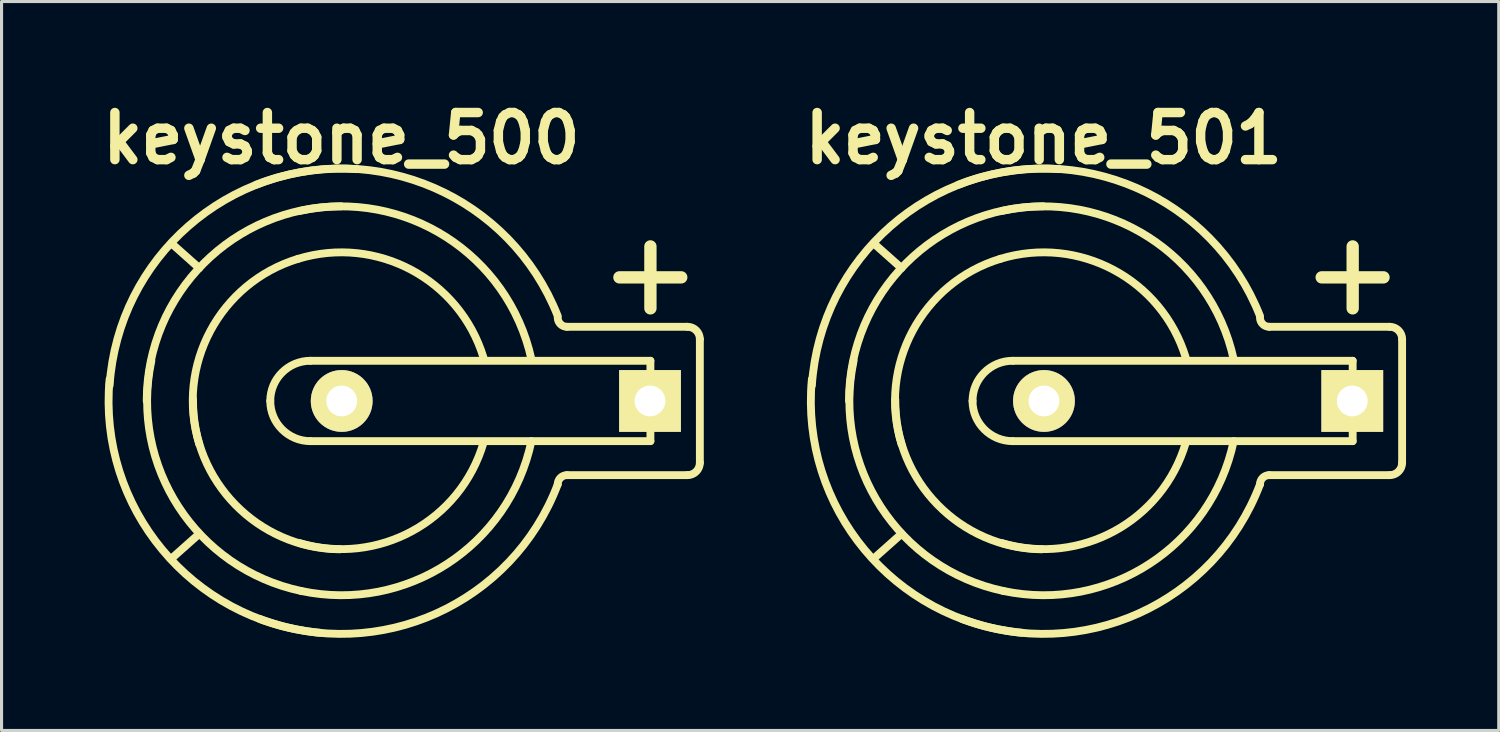
<source format=kicad_pcb>
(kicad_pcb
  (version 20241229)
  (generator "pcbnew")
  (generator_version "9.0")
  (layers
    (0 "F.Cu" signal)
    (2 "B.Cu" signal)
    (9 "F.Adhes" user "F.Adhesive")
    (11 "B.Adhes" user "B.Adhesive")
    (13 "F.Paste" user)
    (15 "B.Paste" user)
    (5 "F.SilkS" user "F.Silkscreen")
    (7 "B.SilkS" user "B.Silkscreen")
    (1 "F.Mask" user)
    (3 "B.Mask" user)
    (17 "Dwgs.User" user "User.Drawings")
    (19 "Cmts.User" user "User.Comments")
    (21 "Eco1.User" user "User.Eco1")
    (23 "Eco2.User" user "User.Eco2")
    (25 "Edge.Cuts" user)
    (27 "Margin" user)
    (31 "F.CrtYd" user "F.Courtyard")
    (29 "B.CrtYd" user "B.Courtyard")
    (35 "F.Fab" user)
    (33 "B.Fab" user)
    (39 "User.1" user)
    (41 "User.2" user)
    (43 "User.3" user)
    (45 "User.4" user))
  (footprint "keystone_501"
    (layer "F.Cu")
    (at 30.722 9.925)
    (property "Reference" "keystone_501" (at 0 -8.499 0) (layer "F.SilkS") (effects (font (size 1.524 1.524) (thickness 0.305))))
    (attr through_hole)
    (fp_line (start -5.499 -5.1) (end -4.6 -4.3) (stroke (width 0.254) (type solid)) (layer "F.SilkS"))
    (fp_line (start -5.499 5.1) (end -4.6 4.3) (stroke (width 0.254) (type solid)) (layer "F.SilkS"))
    (fp_line (start -1.001 -1.3) (end 10 -1.3) (stroke (width 0.254) (type solid)) (layer "F.SilkS"))
    (fp_line (start 8.997 -4) (end 10.998 -4) (stroke (width 0.399) (type solid)) (layer "F.SilkS"))
    (fp_line (start 10 -2.997) (end 10 -5.001) (stroke (width 0.399) (type solid)) (layer "F.SilkS"))
    (fp_line (start 10 -1.3) (end 10 1.3) (stroke (width 0.254) (type solid)) (layer "F.SilkS"))
    (fp_line (start 10 1.3) (end -1.001 1.3) (stroke (width 0.254) (type solid)) (layer "F.SilkS"))
    (fp_line (start 11.199 -2.4) (end 7.3 -2.4) (stroke (width 0.254) (type solid)) (layer "F.SilkS"))
    (fp_line (start 11.199 2.4) (end 7.3 2.4) (stroke (width 0.254) (type solid)) (layer "F.SilkS"))
    (fp_line (start 11.6 1.999) (end 11.6 -1.999) (stroke (width 0.254) (type solid)) (layer "F.SilkS"))
    (fp_arc (start -7.50062 -0.50038) (mid -4.949917 -5.657561) (end 0.50038 -7.50062) (stroke (width 0.254) (type solid)) (layer "F.SilkS"))
    (fp_arc (start -6.2992 0) (mid -4.454207 -4.454207) (end 0 -6.2992) (stroke (width 0.254) (type solid)) (layer "F.SilkS"))
    (fp_arc (start -4.59994 1.39954) (mid -4.242273 -2.263025) (end -1.39954 -4.59994) (stroke (width 0.254) (type solid)) (layer "F.SilkS"))
    (fp_arc (start -2.75082 -7.00024) (mid 3.004794 -6.895041) (end 7.00024 -2.75082) (stroke (width 0.254) (type solid)) (layer "F.SilkS"))
    (fp_arc (start -2.30124 0) (mid -1.920338 -0.919578) (end -1.00076 -1.30048) (stroke (width 0.254) (type solid)) (layer "F.SilkS"))
    (fp_arc (start -1.39954 -4.59994) (mid 2.263025 -4.242273) (end 4.59994 -1.39954) (stroke (width 0.254) (type solid)) (layer "F.SilkS"))
    (fp_arc (start -1.34874 -6.14934) (mid 3.394537 -5.301943) (end 6.14934 -1.34874) (stroke (width 0.254) (type solid)) (layer "F.SilkS"))
    (fp_arc (start -1.30048 6.14934) (mid -5.267818 3.428662) (end -6.14934 -1.30048) (stroke (width 0.254) (type solid)) (layer "F.SilkS"))
    (fp_arc (start -1.00076 1.30048) (mid -1.920338 0.919578) (end -2.30124 0) (stroke (width 0.254) (type solid)) (layer "F.SilkS"))
    (fp_arc (start -0.70104 7.50062) (mid -5.799449 4.808029) (end -7.50062 -0.70104) (stroke (width 0.254) (type solid)) (layer "F.SilkS"))
    (fp_arc (start -0.0508 4.8006) (mid -3.430458 3.358616) (end -4.8006 -0.0508) (stroke (width 0.254) (type solid)) (layer "F.SilkS"))
    (fp_arc (start 4.59994 1.34874) (mid 2.298946 4.206352) (end -1.34874 4.59994) (stroke (width 0.254) (type solid)) (layer "F.SilkS"))
    (fp_arc (start 6.14934 1.30048) (mid 3.428662 5.267818) (end -1.30048 6.14934) (stroke (width 0.254) (type solid)) (layer "F.SilkS"))
    (fp_arc (start 7.00024 2.70002) (mid 3.076636 6.873999) (end -2.64922 7.05104) (stroke (width 0.254) (type solid)) (layer "F.SilkS"))
    (fp_arc (start 7.00024 2.70002) (mid 7.088026 2.488086) (end 7.29996 2.4003) (stroke (width 0.254) (type solid)) (layer "F.SilkS"))
    (fp_arc (start 7.29996 -2.4003) (mid 7.088026 -2.488086) (end 7.00024 -2.70002) (stroke (width 0.254) (type solid)) (layer "F.SilkS"))
    (fp_arc (start 11.19886 -2.4003) (mid 11.482636 -2.282756) (end 11.60018 -1.99898) (stroke (width 0.254) (type solid)) (layer "F.SilkS"))
    (fp_arc (start 11.60018 1.99898) (mid 11.482636 2.282756) (end 11.19886 2.4003) (stroke (width 0.254) (type solid)) (layer "F.SilkS"))
    (pad "1" thru_hole rect (at 9.987 0) (size 1.999 1.999) (drill 0.996) (layers "*.Cu" "*.Mask" "F.SilkS"))
    (pad "2" thru_hole circle (at 0.01 0) (size 1.999 1.999) (drill 0.996) (layers "*.Cu" "*.Mask" "F.SilkS")))
  (footprint "keystone_500"
    (layer "F.Cu")
    (at 7.997 9.925)
    (property "Reference" "keystone_500" (at 0 -8.499 0) (layer "F.SilkS") (effects (font (size 1.524 1.524) (thickness 0.305))))
    (attr through_hole)
    (fp_line (start -5.499 -5.1) (end -4.6 -4.3) (stroke (width 0.254) (type solid)) (layer "F.SilkS"))
    (fp_line (start -5.499 5.1) (end -4.6 4.3) (stroke (width 0.254) (type solid)) (layer "F.SilkS"))
    (fp_line (start -1.001 -1.3) (end 10 -1.3) (stroke (width 0.254) (type solid)) (layer "F.SilkS"))
    (fp_line (start 8.997 -4) (end 10.998 -4) (stroke (width 0.399) (type solid)) (layer "F.SilkS"))
    (fp_line (start 10 -2.997) (end 10 -5.001) (stroke (width 0.399) (type solid)) (layer "F.SilkS"))
    (fp_line (start 10 -1.3) (end 10 1.3) (stroke (width 0.254) (type solid)) (layer "F.SilkS"))
    (fp_line (start 10 1.3) (end -1.001 1.3) (stroke (width 0.254) (type solid)) (layer "F.SilkS"))
    (fp_line (start 11.199 -2.4) (end 7.3 -2.4) (stroke (width 0.254) (type solid)) (layer "F.SilkS"))
    (fp_line (start 11.199 2.4) (end 7.3 2.4) (stroke (width 0.254) (type solid)) (layer "F.SilkS"))
    (fp_line (start 11.6 1.999) (end 11.6 -1.999) (stroke (width 0.254) (type solid)) (layer "F.SilkS"))
    (fp_arc (start -7.50062 -0.50038) (mid -4.949917 -5.657561) (end 0.50038 -7.50062) (stroke (width 0.254) (type solid)) (layer "F.SilkS"))
    (fp_arc (start -6.2992 0) (mid -4.454207 -4.454207) (end 0 -6.2992) (stroke (width 0.254) (type solid)) (layer "F.SilkS"))
    (fp_arc (start -4.59994 1.39954) (mid -4.242273 -2.263025) (end -1.39954 -4.59994) (stroke (width 0.254) (type solid)) (layer "F.SilkS"))
    (fp_arc (start -2.75082 -7.00024) (mid 3.004794 -6.895041) (end 7.00024 -2.75082) (stroke (width 0.254) (type solid)) (layer "F.SilkS"))
    (fp_arc (start -2.30124 0) (mid -1.920338 -0.919578) (end -1.00076 -1.30048) (stroke (width 0.254) (type solid)) (layer "F.SilkS"))
    (fp_arc (start -1.39954 -4.59994) (mid 2.263025 -4.242273) (end 4.59994 -1.39954) (stroke (width 0.254) (type solid)) (layer "F.SilkS"))
    (fp_arc (start -1.34874 -6.14934) (mid 3.394537 -5.301943) (end 6.14934 -1.34874) (stroke (width 0.254) (type solid)) (layer "F.SilkS"))
    (fp_arc (start -1.30048 6.14934) (mid -5.267818 3.428662) (end -6.14934 -1.30048) (stroke (width 0.254) (type solid)) (layer "F.SilkS"))
    (fp_arc (start -1.00076 1.30048) (mid -1.920338 0.919578) (end -2.30124 0) (stroke (width 0.254) (type solid)) (layer "F.SilkS"))
    (fp_arc (start -0.70104 7.50062) (mid -5.799449 4.808029) (end -7.50062 -0.70104) (stroke (width 0.254) (type solid)) (layer "F.SilkS"))
    (fp_arc (start -0.0508 4.8006) (mid -3.430458 3.358616) (end -4.8006 -0.0508) (stroke (width 0.254) (type solid)) (layer "F.SilkS"))
    (fp_arc (start 4.59994 1.34874) (mid 2.298946 4.206352) (end -1.34874 4.59994) (stroke (width 0.254) (type solid)) (layer "F.SilkS"))
    (fp_arc (start 6.14934 1.30048) (mid 3.428662 5.267818) (end -1.30048 6.14934) (stroke (width 0.254) (type solid)) (layer "F.SilkS"))
    (fp_arc (start 7.00024 2.70002) (mid 3.076636 6.873999) (end -2.64922 7.05104) (stroke (width 0.254) (type solid)) (layer "F.SilkS"))
    (fp_arc (start 7.00024 2.70002) (mid 7.088026 2.488086) (end 7.29996 2.4003) (stroke (width 0.254) (type solid)) (layer "F.SilkS"))
    (fp_arc (start 7.29996 -2.4003) (mid 7.088026 -2.488086) (end 7.00024 -2.70002) (stroke (width 0.254) (type solid)) (layer "F.SilkS"))
    (fp_arc (start 11.19886 -2.4003) (mid 11.482636 -2.282756) (end 11.60018 -1.99898) (stroke (width 0.254) (type solid)) (layer "F.SilkS"))
    (fp_arc (start 11.60018 1.99898) (mid 11.482636 2.282756) (end 11.19886 2.4003) (stroke (width 0.254) (type solid)) (layer "F.SilkS"))
    (pad "1" thru_hole rect (at 9.987 0) (size 1.999 1.999) (drill 0.996) (layers "*.Cu" "*.Mask" "F.SilkS"))
    (pad "2" thru_hole circle (at 0.01 0) (size 1.999 1.999) (drill 0.996) (layers "*.Cu" "*.Mask" "F.SilkS")))
  (gr_rect
    (start -3 -3)
    (end 45.449 20.588)
    (stroke (width 0.1) (type default))
    (fill no)
    (layer "Edge.Cuts")))
</source>
